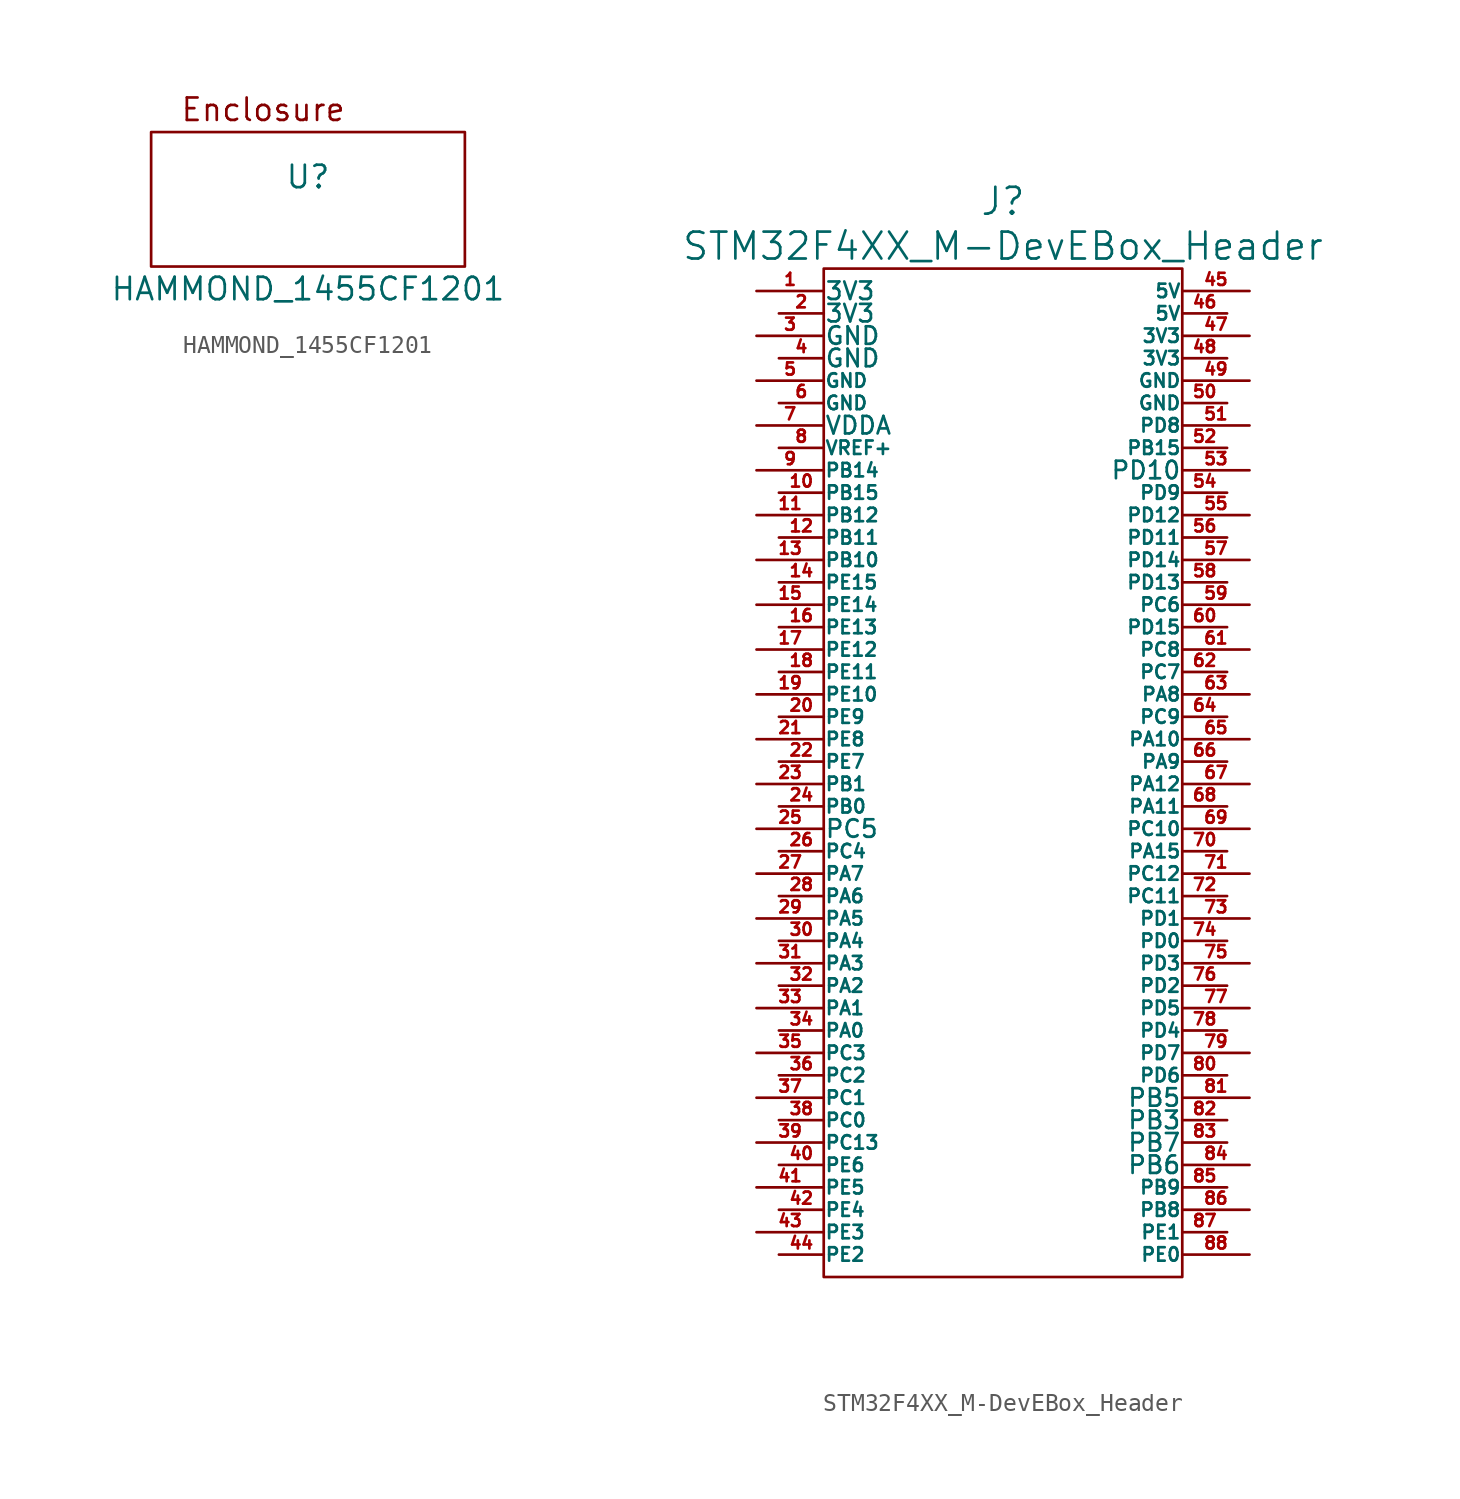
<source format=kicad_sym>
(kicad_symbol_lib
  (version 20211014)
  (generator kicad_symbol_editor)
  (symbol "HAMMOND_1455CF1201"
    (pin_names
      (offset 1.016))
    (property "Reference" "U"
      (at 0 0 0)
      (effects (font (size 1.27 1.27))))
    (property "Value" "HAMMOND_1455CF1201"
      (at 0 -6.35 0)
      (effects (font (size 1.27 1.27))))
    (symbol "HAMMOND_1455CF1201_0_0"
      (text "Enclosure" (at -2.54 3.81 0) (effects (font (size 1.27 1.27)))))
    (symbol "HAMMOND_1455CF1201_0_1"
      (rectangle (start -8.89 2.54) (end 8.89 -5.08) (stroke (width 0) (type default) (color 0 0 0 0)) (fill (type none)))))
  (symbol "STM32F4XX_M-DevEBox_Header"
    (pin_names
      (offset 0.025))
    (property "Reference" "J"
      (at 0 36.83 0)
      (effects (font (size 1.524 1.524))))
    (property "Value" "STM32F4XX_M-DevEBox_Header"
      (at 0 34.29 0)
      (effects (font (size 1.524 1.524))))
    (property "Footprint" ""
      (at 0 8.89 0)
      (effects (font (size 1.524 1.524))))
    (property "Datasheet" ""
      (at 0 8.89 0)
      (effects (font (size 1.524 1.524))))
    (symbol "STM32F4XX_M-DevEBox_Header_0_1"
      (rectangle (start -10.16 33.02) (end 10.16 -24.13) (stroke (width 0) (type default) (color 0 0 0 0)) (fill (type none))))
    (symbol "STM32F4XX_M-DevEBox_Header_1_1"
      (pin passive line (at -13.97 31.75 0) (length 3.81) (name "3V3" (effects (font (size 0.991 0.991)))) (number "1" (effects (font (size 0.686 0.686)))))
      (pin passive line (at -12.7 20.32 0) (length 2.54) (name "PB15" (effects (font (size 0.762 0.762)))) (number "10" (effects (font (size 0.686 0.686)))))
      (pin passive line (at -13.97 19.05 0) (length 3.81) (name "PB12" (effects (font (size 0.762 0.762)))) (number "11" (effects (font (size 0.686 0.686)))))
      (pin passive line (at -12.7 17.78 0) (length 2.54) (name "PB11" (effects (font (size 0.762 0.762)))) (number "12" (effects (font (size 0.686 0.686)))))
      (pin passive line (at -13.97 16.51 0) (length 3.81) (name "PB10" (effects (font (size 0.762 0.762)))) (number "13" (effects (font (size 0.686 0.686)))))
      (pin passive line (at -12.7 15.24 0) (length 2.54) (name "PE15" (effects (font (size 0.762 0.762)))) (number "14" (effects (font (size 0.686 0.686)))))
      (pin passive line (at -13.97 13.97 0) (length 3.81) (name "PE14" (effects (font (size 0.762 0.762)))) (number "15" (effects (font (size 0.686 0.686)))))
      (pin passive line (at -12.7 12.7 0) (length 2.54) (name "PE13" (effects (font (size 0.762 0.762)))) (number "16" (effects (font (size 0.686 0.686)))))
      (pin passive line (at -13.97 11.43 0) (length 3.81) (name "PE12" (effects (font (size 0.762 0.762)))) (number "17" (effects (font (size 0.686 0.686)))))
      (pin passive line (at -12.7 10.16 0) (length 2.54) (name "PE11" (effects (font (size 0.762 0.762)))) (number "18" (effects (font (size 0.686 0.686)))))
      (pin passive line (at -13.97 8.89 0) (length 3.81) (name "PE10" (effects (font (size 0.762 0.762)))) (number "19" (effects (font (size 0.686 0.686)))))
      (pin passive line (at -12.7 30.48 0) (length 2.54) (name "3V3" (effects (font (size 0.991 0.991)))) (number "2" (effects (font (size 0.686 0.686)))))
      (pin passive line (at -12.7 7.62 0) (length 2.54) (name "PE9" (effects (font (size 0.762 0.762)))) (number "20" (effects (font (size 0.686 0.686)))))
      (pin passive line (at -13.97 6.35 0) (length 3.81) (name "PE8" (effects (font (size 0.762 0.762)))) (number "21" (effects (font (size 0.686 0.686)))))
      (pin passive line (at -12.7 5.08 0) (length 2.54) (name "PE7" (effects (font (size 0.762 0.762)))) (number "22" (effects (font (size 0.686 0.686)))))
      (pin passive line (at -13.97 3.81 0) (length 3.81) (name "PB1" (effects (font (size 0.762 0.762)))) (number "23" (effects (font (size 0.686 0.686)))))
      (pin passive line (at -12.7 2.54 0) (length 2.54) (name "PB0" (effects (font (size 0.762 0.762)))) (number "24" (effects (font (size 0.686 0.686)))))
      (pin passive line (at -13.97 1.27 0) (length 3.81) (name "PC5" (effects (font (size 0.991 0.991)))) (number "25" (effects (font (size 0.686 0.686)))))
      (pin passive line (at -12.7 0 0) (length 2.54) (name "PC4" (effects (font (size 0.762 0.762)))) (number "26" (effects (font (size 0.686 0.686)))))
      (pin passive line (at -13.97 -1.27 0) (length 3.81) (name "PA7" (effects (font (size 0.762 0.762)))) (number "27" (effects (font (size 0.686 0.686)))))
      (pin passive line (at -12.7 -2.54 0) (length 2.54) (name "PA6" (effects (font (size 0.762 0.762)))) (number "28" (effects (font (size 0.686 0.686)))))
      (pin passive line (at -13.97 -3.81 0) (length 3.81) (name "PA5" (effects (font (size 0.762 0.762)))) (number "29" (effects (font (size 0.686 0.686)))))
      (pin passive line (at -13.97 29.21 0) (length 3.81) (name "GND" (effects (font (size 0.991 0.991)))) (number "3" (effects (font (size 0.686 0.686)))))
      (pin passive line (at -12.7 -5.08 0) (length 2.54) (name "PA4" (effects (font (size 0.762 0.762)))) (number "30" (effects (font (size 0.686 0.686)))))
      (pin passive line (at -13.97 -6.35 0) (length 3.81) (name "PA3" (effects (font (size 0.762 0.762)))) (number "31" (effects (font (size 0.686 0.686)))))
      (pin passive line (at -12.7 -7.62 0) (length 2.54) (name "PA2" (effects (font (size 0.762 0.762)))) (number "32" (effects (font (size 0.686 0.686)))))
      (pin passive line (at -13.97 -8.89 0) (length 3.81) (name "PA1" (effects (font (size 0.762 0.762)))) (number "33" (effects (font (size 0.686 0.686)))))
      (pin passive line (at -12.7 -10.16 0) (length 2.54) (name "PA0" (effects (font (size 0.762 0.762)))) (number "34" (effects (font (size 0.686 0.686)))))
      (pin passive line (at -13.97 -11.43 0) (length 3.81) (name "PC3" (effects (font (size 0.762 0.762)))) (number "35" (effects (font (size 0.686 0.686)))))
      (pin passive line (at -12.7 -12.7 0) (length 2.54) (name "PC2" (effects (font (size 0.762 0.762)))) (number "36" (effects (font (size 0.686 0.686)))))
      (pin passive line (at -13.97 -13.97 0) (length 3.81) (name "PC1" (effects (font (size 0.762 0.762)))) (number "37" (effects (font (size 0.686 0.686)))))
      (pin passive line (at -12.7 -15.24 0) (length 2.54) (name "PC0" (effects (font (size 0.762 0.762)))) (number "38" (effects (font (size 0.686 0.686)))))
      (pin passive line (at -13.97 -16.51 0) (length 3.81) (name "PC13" (effects (font (size 0.762 0.762)))) (number "39" (effects (font (size 0.686 0.686)))))
      (pin passive line (at -12.7 27.94 0) (length 2.54) (name "GND" (effects (font (size 0.991 0.991)))) (number "4" (effects (font (size 0.686 0.686)))))
      (pin passive line (at -12.7 -17.78 0) (length 2.54) (name "PE6" (effects (font (size 0.762 0.762)))) (number "40" (effects (font (size 0.686 0.686)))))
      (pin passive line (at -13.97 -19.05 0) (length 3.81) (name "PE5" (effects (font (size 0.762 0.762)))) (number "41" (effects (font (size 0.686 0.686)))))
      (pin passive line (at -12.7 -20.32 0) (length 2.54) (name "PE4" (effects (font (size 0.762 0.762)))) (number "42" (effects (font (size 0.686 0.686)))))
      (pin passive line (at -13.97 -21.59 0) (length 3.81) (name "PE3" (effects (font (size 0.762 0.762)))) (number "43" (effects (font (size 0.686 0.686)))))
      (pin passive line (at -12.7 -22.86 0) (length 2.54) (name "PE2" (effects (font (size 0.762 0.762)))) (number "44" (effects (font (size 0.686 0.686)))))
      (pin passive line (at 13.97 31.75 180) (length 3.81) (name "5V" (effects (font (size 0.762 0.762)))) (number "45" (effects (font (size 0.686 0.686)))))
      (pin passive line (at 12.7 30.48 180) (length 2.54) (name "5V" (effects (font (size 0.762 0.762)))) (number "46" (effects (font (size 0.686 0.686)))))
      (pin passive line (at 13.97 29.21 180) (length 3.81) (name "3V3" (effects (font (size 0.762 0.762)))) (number "47" (effects (font (size 0.686 0.686)))))
      (pin passive line (at 12.7 27.94 180) (length 2.54) (name "3V3" (effects (font (size 0.762 0.762)))) (number "48" (effects (font (size 0.686 0.686)))))
      (pin passive line (at 13.97 26.67 180) (length 3.81) (name "GND" (effects (font (size 0.762 0.762)))) (number "49" (effects (font (size 0.686 0.686)))))
      (pin passive line (at -13.97 26.67 0) (length 3.81) (name "GND" (effects (font (size 0.762 0.762)))) (number "5" (effects (font (size 0.686 0.686)))))
      (pin passive line (at 12.7 25.4 180) (length 2.54) (name "GND" (effects (font (size 0.762 0.762)))) (number "50" (effects (font (size 0.686 0.686)))))
      (pin passive line (at 13.97 24.13 180) (length 3.81) (name "PD8" (effects (font (size 0.762 0.762)))) (number "51" (effects (font (size 0.686 0.686)))))
      (pin passive line (at 12.7 22.86 180) (length 2.54) (name "PB15" (effects (font (size 0.762 0.762)))) (number "52" (effects (font (size 0.686 0.686)))))
      (pin passive line (at 13.97 21.59 180) (length 3.81) (name "PD10" (effects (font (size 0.991 0.991)))) (number "53" (effects (font (size 0.686 0.686)))))
      (pin passive line (at 12.7 20.32 180) (length 2.54) (name "PD9" (effects (font (size 0.762 0.762)))) (number "54" (effects (font (size 0.686 0.686)))))
      (pin passive line (at 13.97 19.05 180) (length 3.81) (name "PD12" (effects (font (size 0.762 0.762)))) (number "55" (effects (font (size 0.686 0.686)))))
      (pin passive line (at 12.7 17.78 180) (length 2.54) (name "PD11" (effects (font (size 0.762 0.762)))) (number "56" (effects (font (size 0.686 0.686)))))
      (pin passive line (at 13.97 16.51 180) (length 3.81) (name "PD14" (effects (font (size 0.762 0.762)))) (number "57" (effects (font (size 0.686 0.686)))))
      (pin passive line (at 12.7 15.24 180) (length 2.54) (name "PD13" (effects (font (size 0.762 0.762)))) (number "58" (effects (font (size 0.686 0.686)))))
      (pin passive line (at 13.97 13.97 180) (length 3.81) (name "PC6" (effects (font (size 0.762 0.762)))) (number "59" (effects (font (size 0.686 0.686)))))
      (pin passive line (at -12.7 25.4 0) (length 2.54) (name "GND" (effects (font (size 0.762 0.762)))) (number "6" (effects (font (size 0.686 0.686)))))
      (pin passive line (at 12.7 12.7 180) (length 2.54) (name "PD15" (effects (font (size 0.762 0.762)))) (number "60" (effects (font (size 0.686 0.686)))))
      (pin passive line (at 13.97 11.43 180) (length 3.81) (name "PC8" (effects (font (size 0.762 0.762)))) (number "61" (effects (font (size 0.686 0.686)))))
      (pin passive line (at 12.7 10.16 180) (length 2.54) (name "PC7" (effects (font (size 0.762 0.762)))) (number "62" (effects (font (size 0.686 0.686)))))
      (pin passive line (at 13.97 8.89 180) (length 3.81) (name "PA8" (effects (font (size 0.762 0.762)))) (number "63" (effects (font (size 0.686 0.686)))))
      (pin passive line (at 12.7 7.62 180) (length 2.54) (name "PC9" (effects (font (size 0.762 0.762)))) (number "64" (effects (font (size 0.686 0.686)))))
      (pin passive line (at 13.97 6.35 180) (length 3.81) (name "PA10" (effects (font (size 0.762 0.762)))) (number "65" (effects (font (size 0.686 0.686)))))
      (pin passive line (at 12.7 5.08 180) (length 2.54) (name "PA9" (effects (font (size 0.762 0.762)))) (number "66" (effects (font (size 0.686 0.686)))))
      (pin passive line (at 13.97 3.81 180) (length 3.81) (name "PA12" (effects (font (size 0.762 0.762)))) (number "67" (effects (font (size 0.686 0.686)))))
      (pin passive line (at 12.7 2.54 180) (length 2.54) (name "PA11" (effects (font (size 0.762 0.762)))) (number "68" (effects (font (size 0.686 0.686)))))
      (pin passive line (at 13.97 1.27 180) (length 3.81) (name "PC10" (effects (font (size 0.762 0.762)))) (number "69" (effects (font (size 0.686 0.686)))))
      (pin passive line (at -13.97 24.13 0) (length 3.81) (name "VDDA" (effects (font (size 0.991 0.991)))) (number "7" (effects (font (size 0.686 0.686)))))
      (pin passive line (at 12.7 0 180) (length 2.54) (name "PA15" (effects (font (size 0.762 0.762)))) (number "70" (effects (font (size 0.686 0.686)))))
      (pin passive line (at 13.97 -1.27 180) (length 3.81) (name "PC12" (effects (font (size 0.762 0.762)))) (number "71" (effects (font (size 0.686 0.686)))))
      (pin passive line (at 12.7 -2.54 180) (length 2.54) (name "PC11" (effects (font (size 0.762 0.762)))) (number "72" (effects (font (size 0.686 0.686)))))
      (pin passive line (at 13.97 -3.81 180) (length 3.81) (name "PD1" (effects (font (size 0.762 0.762)))) (number "73" (effects (font (size 0.686 0.686)))))
      (pin passive line (at 12.7 -5.08 180) (length 2.54) (name "PD0" (effects (font (size 0.762 0.762)))) (number "74" (effects (font (size 0.686 0.686)))))
      (pin passive line (at 13.97 -6.35 180) (length 3.81) (name "PD3" (effects (font (size 0.762 0.762)))) (number "75" (effects (font (size 0.686 0.686)))))
      (pin passive line (at 12.7 -7.62 180) (length 2.54) (name "PD2" (effects (font (size 0.762 0.762)))) (number "76" (effects (font (size 0.686 0.686)))))
      (pin passive line (at 13.97 -8.89 180) (length 3.81) (name "PD5" (effects (font (size 0.762 0.762)))) (number "77" (effects (font (size 0.686 0.686)))))
      (pin passive line (at 12.7 -10.16 180) (length 2.54) (name "PD4" (effects (font (size 0.762 0.762)))) (number "78" (effects (font (size 0.686 0.686)))))
      (pin passive line (at 13.97 -11.43 180) (length 3.81) (name "PD7" (effects (font (size 0.762 0.762)))) (number "79" (effects (font (size 0.686 0.686)))))
      (pin passive line (at -12.7 22.86 0) (length 2.54) (name "VREF+" (effects (font (size 0.762 0.762)))) (number "8" (effects (font (size 0.686 0.686)))))
      (pin passive line (at 12.7 -12.7 180) (length 2.54) (name "PD6" (effects (font (size 0.762 0.762)))) (number "80" (effects (font (size 0.686 0.686)))))
      (pin passive line (at 13.97 -13.97 180) (length 3.81) (name "PB5" (effects (font (size 0.991 0.991)))) (number "81" (effects (font (size 0.686 0.686)))))
      (pin passive line (at 12.7 -15.24 180) (length 2.54) (name "PB3" (effects (font (size 0.991 0.991)))) (number "82" (effects (font (size 0.686 0.686)))))
      (pin passive line (at 12.7 -16.51 180) (length 2.54) (name "PB7" (effects (font (size 0.991 0.991)))) (number "83" (effects (font (size 0.686 0.686)))))
      (pin passive line (at 13.97 -17.78 180) (length 3.81) (name "PB6" (effects (font (size 0.991 0.991)))) (number "84" (effects (font (size 0.686 0.686)))))
      (pin passive line (at 12.7 -19.05 180) (length 2.54) (name "PB9" (effects (font (size 0.762 0.762)))) (number "85" (effects (font (size 0.686 0.686)))))
      (pin passive line (at 13.97 -20.32 180) (length 3.81) (name "PB8" (effects (font (size 0.762 0.762)))) (number "86" (effects (font (size 0.686 0.686)))))
      (pin passive line (at 12.7 -21.59 180) (length 2.54) (name "PE1" (effects (font (size 0.762 0.762)))) (number "87" (effects (font (size 0.686 0.686)))))
      (pin passive line (at 13.97 -22.86 180) (length 3.81) (name "PE0" (effects (font (size 0.762 0.762)))) (number "88" (effects (font (size 0.686 0.686)))))
      (pin passive line (at -13.97 21.59 0) (length 3.81) (name "PB14" (effects (font (size 0.762 0.762)))) (number "9" (effects (font (size 0.686 0.686))))))))
</source>
